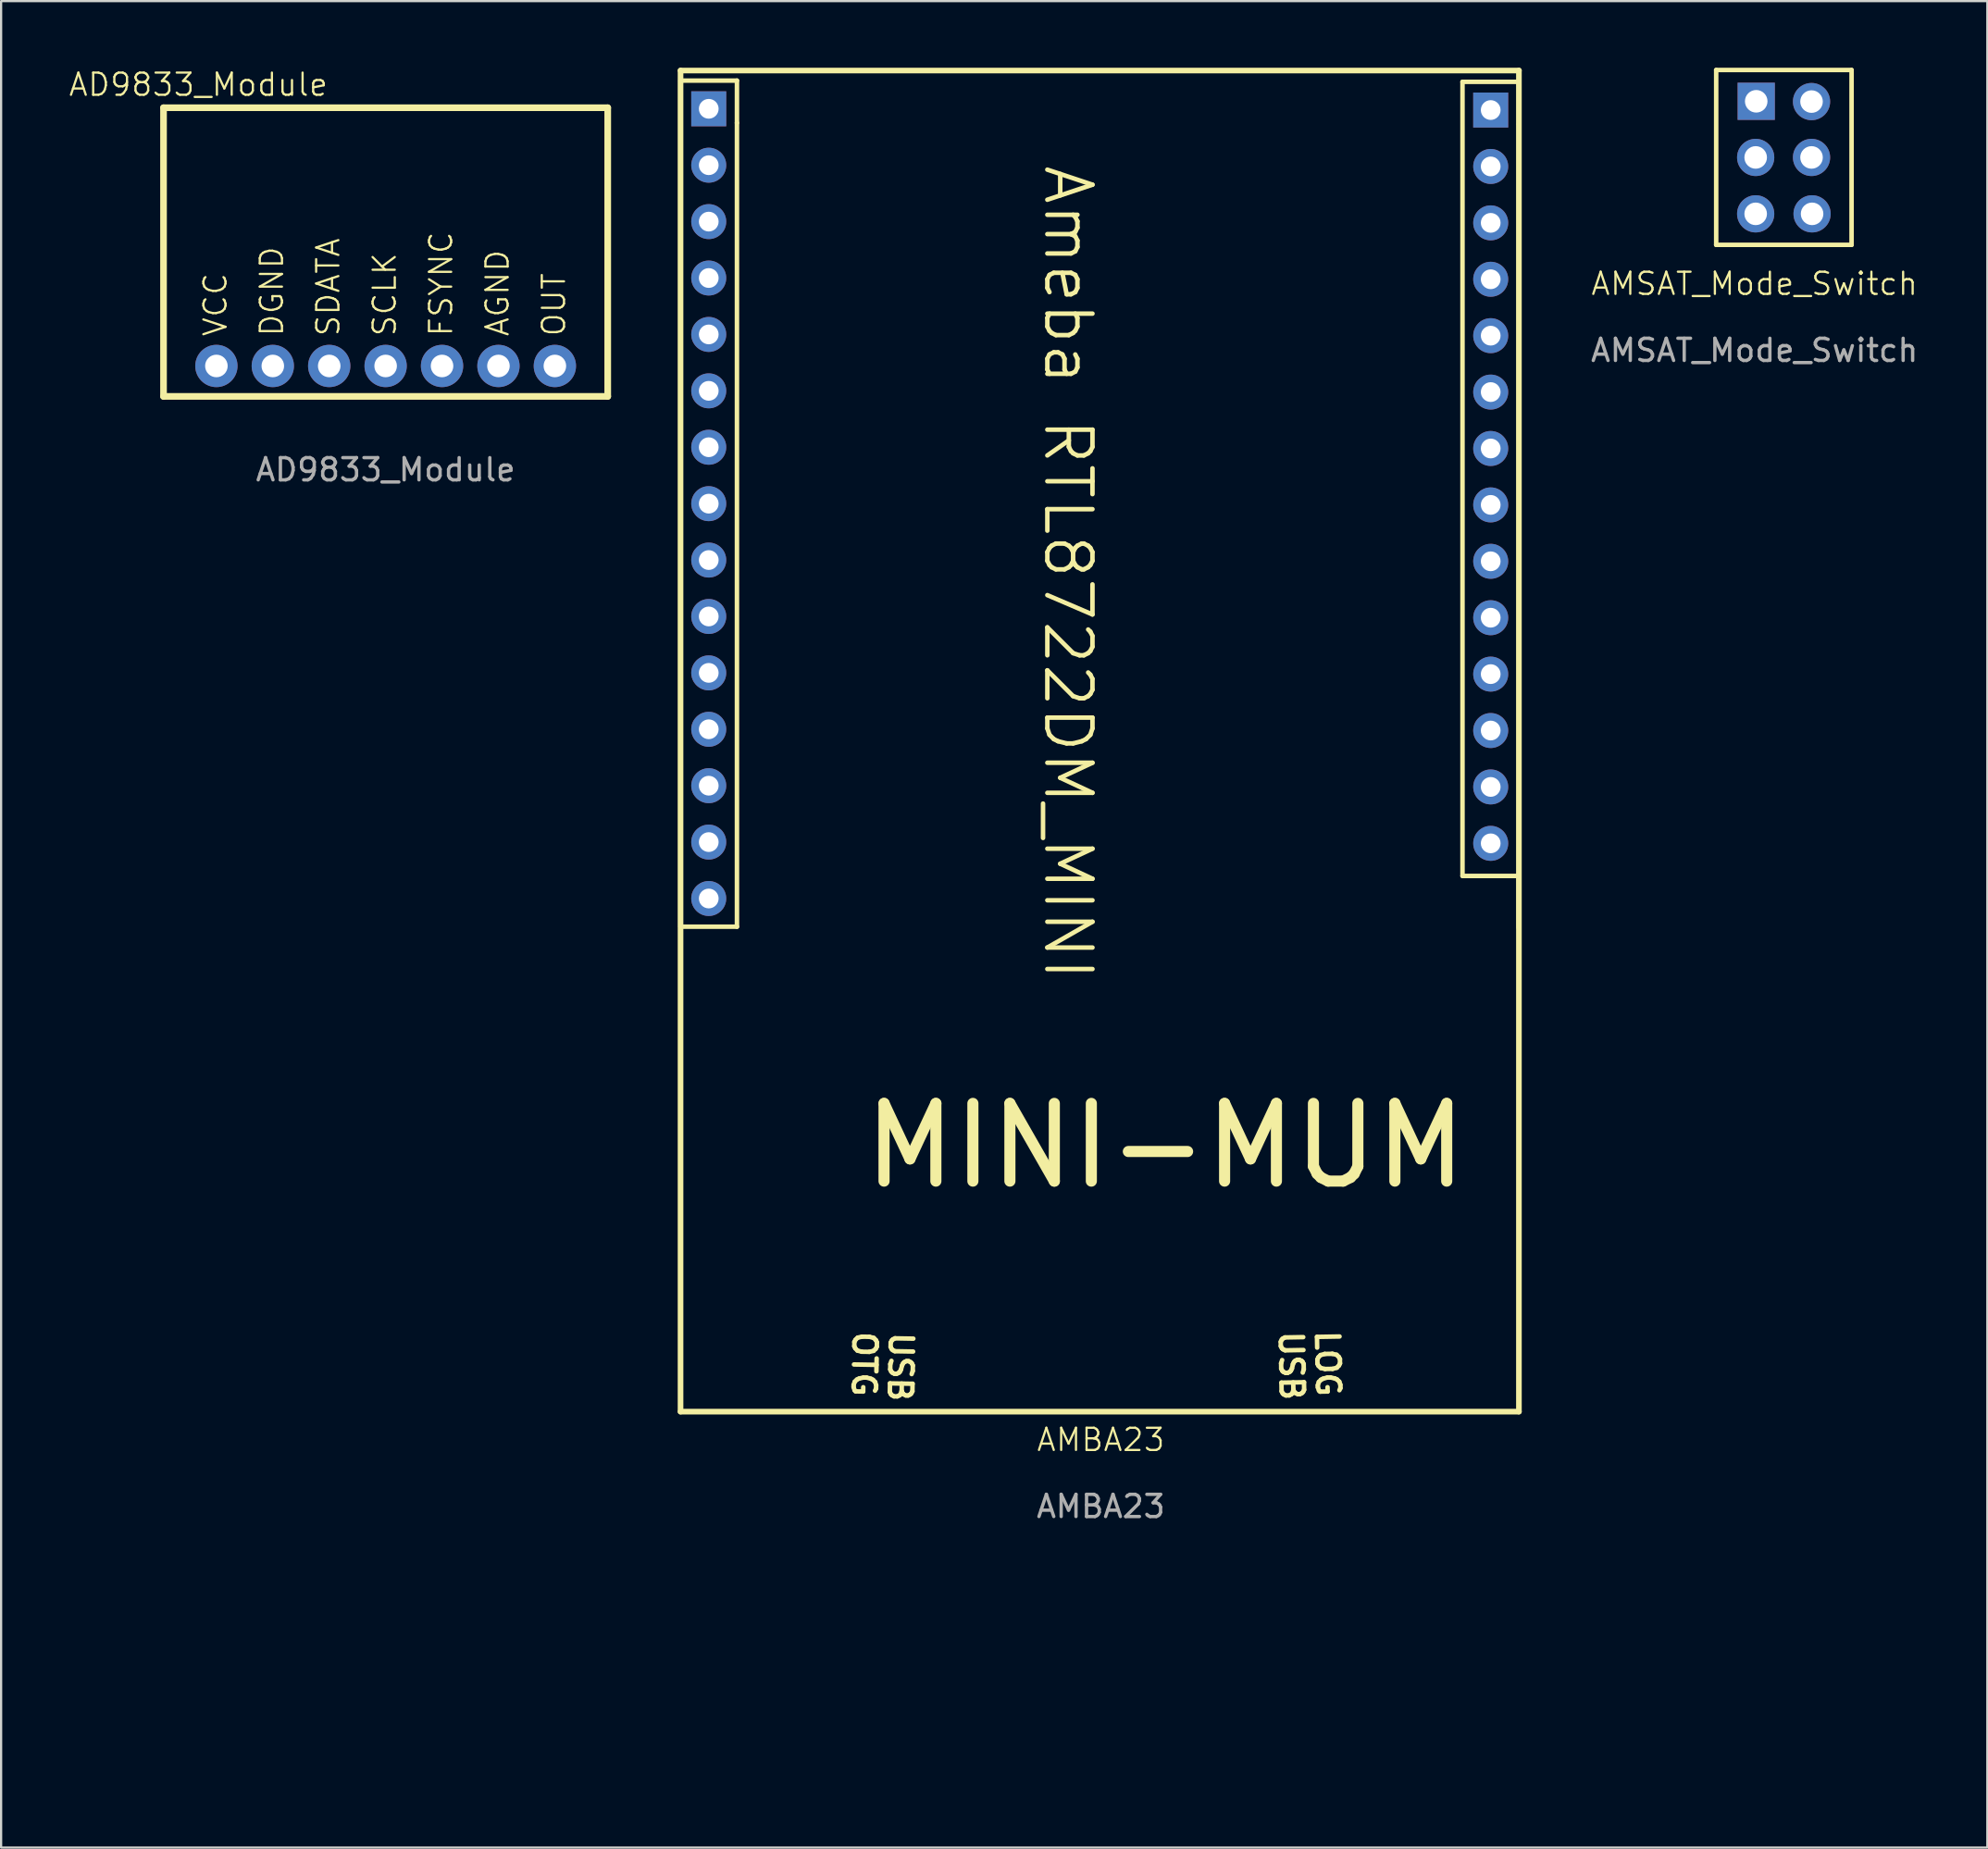
<source format=kicad_pcb>
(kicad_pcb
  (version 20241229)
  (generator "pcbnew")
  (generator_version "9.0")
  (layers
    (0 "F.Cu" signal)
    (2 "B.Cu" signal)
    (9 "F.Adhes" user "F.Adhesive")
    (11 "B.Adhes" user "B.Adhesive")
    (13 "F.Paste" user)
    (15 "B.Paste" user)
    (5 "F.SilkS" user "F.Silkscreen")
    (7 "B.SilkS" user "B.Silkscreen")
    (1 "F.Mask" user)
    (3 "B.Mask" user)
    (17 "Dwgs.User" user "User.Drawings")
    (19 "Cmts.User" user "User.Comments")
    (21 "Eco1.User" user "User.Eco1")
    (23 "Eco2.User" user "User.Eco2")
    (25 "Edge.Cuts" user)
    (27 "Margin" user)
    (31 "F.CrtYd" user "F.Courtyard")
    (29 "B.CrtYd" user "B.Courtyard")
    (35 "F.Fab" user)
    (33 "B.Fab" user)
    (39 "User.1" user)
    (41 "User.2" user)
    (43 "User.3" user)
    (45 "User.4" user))
  (footprint "AMBA23"
    (layer "F.Cu")
    (at 46.515 43.032)
    (property "Reference" "AMBA23" (at 0 18.75 0) (unlocked yes) (layer "F.SilkS") (effects (font (size 1 1) (thickness 0.1))))
    (attr through_hole)
    (fp_line (start -18.924 -42.905) (end 18.824 -42.905) (stroke (width 0.254) (type solid)) (layer "F.SilkS"))
    (fp_line (start -18.924 17.483) (end -18.924 -42.905) (stroke (width 0.254) (type solid)) (layer "F.SilkS"))
    (fp_line (start -18.924 17.483) (end 18.824 17.483) (stroke (width 0.254) (type solid)) (layer "F.SilkS"))
    (fp_line (start -18.924 -42.453) (end -16.384 -42.453) (stroke (width 0.203) (type solid)) (layer "F.SilkS"))
    (fp_line (start -18.924 -4.353) (end -18.924 -42.453) (stroke (width 0.203) (type solid)) (layer "F.SilkS"))
    (fp_line (start -18.924 -4.353) (end -16.384 -4.353) (stroke (width 0.203) (type solid)) (layer "F.SilkS"))
    (fp_line (start -16.384 -40.548) (end -16.384 -42.453) (stroke (width 0.203) (type solid)) (layer "F.SilkS"))
    (fp_line (start -16.384 -4.353) (end -16.384 -40.548) (stroke (width 0.203) (type solid)) (layer "F.SilkS"))
    (fp_line (start 16.284 -42.398) (end 18.824 -42.398) (stroke (width 0.203) (type solid)) (layer "F.SilkS"))
    (fp_line (start 16.284 -6.639) (end 16.284 -42.398) (stroke (width 0.203) (type solid)) (layer "F.SilkS"))
    (fp_line (start 16.284 -6.639) (end 18.824 -6.639) (stroke (width 0.203) (type solid)) (layer "F.SilkS"))
    (fp_line (start 18.824 17.483) (end 18.824 -42.905) (stroke (width 0.254) (type solid)) (layer "F.SilkS"))
    (fp_line (start 18.824 -4.297) (end 18.824 -40.492) (stroke (width 0.203) (type solid)) (layer "F.SilkS"))
    (fp_line (start 18.824 -40.493) (end 18.824 -42.398) (stroke (width 0.203) (type solid)) (layer "F.SilkS"))
    (fp_line (start 18.824 -4.298) (end 18.824 -6.639) (stroke (width 0.203) (type solid)) (layer "F.SilkS"))
    (fp_text user "LOG                      \nUSB" (at 7.955 13.772 271) (unlocked yes) (layer "F.SilkS") (effects (font (size 1.016 1.016) (thickness 0.203)) (justify left bottom)))
    (fp_text user "USB\nOTG" (at -11.222 13.772 269) (unlocked yes) (layer "F.SilkS") (effects (font (size 1.016 1.016) (thickness 0.203)) (justify left bottom)))
    (fp_text user "MINI-MUM" (at -10.923 7.557 0) (unlocked yes) (layer "F.SilkS") (effects (font (size 3.5 3.5) (thickness 0.5)) (justify left bottom)))
    (fp_text user "Ameba RTL8722DM_MINI" (at -2.668 -38.77 270) (unlocked yes) (layer "F.SilkS") (effects (font (size 2.032 2.032) (thickness 0.203)) (justify left bottom)))
    (fp_text user "${REFERENCE}" (at 0 21.75 0) (unlocked yes) (layer "F.Fab") (effects (font (size 1 1) (thickness 0.15))))
    (pad "1" thru_hole rect (at -17.654 -41.183 270) (size 1.575 1.575) (drill 0.889) (layers "*.Cu" "*.Mask"))
    (pad "1" thru_hole rect (at 17.554 -41.127 270) (size 1.575 1.575) (drill 0.889) (layers "*.Cu" "*.Mask"))
    (pad "2" thru_hole circle (at -17.654 -38.643 270) (size 1.575 1.575) (drill 0.889) (layers "*.Cu" "*.Mask"))
    (pad "2" thru_hole circle (at 17.554 -38.587 270) (size 1.575 1.575) (drill 0.889) (layers "*.Cu" "*.Mask"))
    (pad "3" thru_hole circle (at -17.654 -36.103 270) (size 1.575 1.575) (drill 0.889) (layers "*.Cu" "*.Mask"))
    (pad "3" thru_hole circle (at 17.554 -36.047 270) (size 1.575 1.575) (drill 0.889) (layers "*.Cu" "*.Mask"))
    (pad "4" thru_hole circle (at -17.654 -33.563 270) (size 1.575 1.575) (drill 0.889) (layers "*.Cu" "*.Mask"))
    (pad "4" thru_hole circle (at 17.554 -33.507 270) (size 1.575 1.575) (drill 0.889) (layers "*.Cu" "*.Mask"))
    (pad "5" thru_hole circle (at -17.654 -31.023 270) (size 1.575 1.575) (drill 0.889) (layers "*.Cu" "*.Mask"))
    (pad "5" thru_hole circle (at 17.554 -30.967 270) (size 1.575 1.575) (drill 0.889) (layers "*.Cu" "*.Mask"))
    (pad "6" thru_hole circle (at -17.654 -28.483 270) (size 1.575 1.575) (drill 0.889) (layers "*.Cu" "*.Mask"))
    (pad "6" thru_hole circle (at 17.554 -28.427 270) (size 1.575 1.575) (drill 0.889) (layers "*.Cu" "*.Mask"))
    (pad "7" thru_hole circle (at -17.654 -25.943 270) (size 1.575 1.575) (drill 0.889) (layers "*.Cu" "*.Mask"))
    (pad "7" thru_hole circle (at 17.554 -25.887 270) (size 1.575 1.575) (drill 0.889) (layers "*.Cu" "*.Mask"))
    (pad "8" thru_hole circle (at -17.654 -23.403 270) (size 1.575 1.575) (drill 0.889) (layers "*.Cu" "*.Mask"))
    (pad "8" thru_hole circle (at 17.554 -23.347 270) (size 1.575 1.575) (drill 0.889) (layers "*.Cu" "*.Mask"))
    (pad "9" thru_hole circle (at -17.654 -20.863 270) (size 1.575 1.575) (drill 0.889) (layers "*.Cu" "*.Mask"))
    (pad "9" thru_hole circle (at 17.554 -20.807 270) (size 1.575 1.575) (drill 0.889) (layers "*.Cu" "*.Mask"))
    (pad "10" thru_hole circle (at -17.654 -18.323 270) (size 1.575 1.575) (drill 0.889) (layers "*.Cu" "*.Mask"))
    (pad "10" thru_hole circle (at 17.554 -18.267 270) (size 1.575 1.575) (drill 0.889) (layers "*.Cu" "*.Mask"))
    (pad "11" thru_hole circle (at -17.654 -15.783 270) (size 1.575 1.575) (drill 0.889) (layers "*.Cu" "*.Mask"))
    (pad "11" thru_hole circle (at 17.554 -15.727 270) (size 1.575 1.575) (drill 0.889) (layers "*.Cu" "*.Mask"))
    (pad "12" thru_hole circle (at -17.654 -13.243 270) (size 1.575 1.575) (drill 0.889) (layers "*.Cu" "*.Mask"))
    (pad "12" thru_hole circle (at 17.554 -13.187 270) (size 1.575 1.575) (drill 0.889) (layers "*.Cu" "*.Mask"))
    (pad "13" thru_hole circle (at -17.654 -10.703 270) (size 1.575 1.575) (drill 0.889) (layers "*.Cu" "*.Mask"))
    (pad "13" thru_hole circle (at 17.554 -10.647 270) (size 1.575 1.575) (drill 0.889) (layers "*.Cu" "*.Mask"))
    (pad "14" thru_hole circle (at -17.654 -8.163 270) (size 1.575 1.575) (drill 0.889) (layers "*.Cu" "*.Mask"))
    (pad "14" thru_hole circle (at 17.554 -8.107 270) (size 1.575 1.575) (drill 0.889) (layers "*.Cu" "*.Mask"))
    (pad "15" thru_hole circle (at -17.654 -5.623 270) (size 1.575 1.575) (drill 0.889) (layers "*.Cu" "*.Mask")))
  (footprint "AMSAT_Mode_Switch"
    (layer "F.Cu")
    (at 75.999 1.448)
    (property "Reference" "AMSAT_Mode_Switch" (at -0.051 8.278 0) (unlocked yes) (layer "F.SilkS") (effects (font (size 1 1) (thickness 0.1))))
    (attr through_hole)
    (fp_line (start -1.778 -1.346) (end 4.318 -1.346) (stroke (width 0.203) (type solid)) (layer "F.SilkS"))
    (fp_line (start -1.778 6.528) (end -1.778 -1.346) (stroke (width 0.203) (type solid)) (layer "F.SilkS"))
    (fp_line (start 4.318 -1.346) (end 4.318 6.528) (stroke (width 0.203) (type solid)) (layer "F.SilkS"))
    (fp_line (start 4.318 6.528) (end -1.778 6.528) (stroke (width 0.203) (type solid)) (layer "F.SilkS"))
    (fp_text user "${REFERENCE}" (at -0.051 11.278 0) (unlocked yes) (layer "F.Fab") (effects (font (size 1 1) (thickness 0.15))))
    (pad "1" thru_hole rect (at 0.025 0.063 270) (size 1.676 1.676) (drill 1.016) (layers "*.Cu" "*.Mask"))
    (pad "2" thru_hole circle (at 0 2.591 270) (size 1.676 1.676) (drill 1.016) (layers "*.Cu" "*.Mask"))
    (pad "3" thru_hole circle (at 0 5.131 270) (size 1.676 1.676) (drill 1.016) (layers "*.Cu" "*.Mask"))
    (pad "4" thru_hole circle (at 2.515 0.076 270) (size 1.676 1.676) (drill 1.016) (layers "*.Cu" "*.Mask"))
    (pad "5" thru_hole circle (at 2.515 2.591 270) (size 1.676 1.676) (drill 1.016) (layers "*.Cu" "*.Mask"))
    (pad "6" thru_hole circle (at 2.54 5.131 270) (size 1.676 1.676) (drill 1.016) (layers "*.Cu" "*.Mask")))
  (footprint "AD9833_Module"
    (layer "F.Cu")
    (at 14.313 8.501)
    (property "Reference" "AD9833_Module" (at -8.43 -7.74 0) (unlocked yes) (layer "F.SilkS") (effects (font (size 1 1) (thickness 0.1))))
    (attr through_hole)
    (fp_line (start -10 -6.7) (end -10 6.299) (stroke (width 0.3) (type solid)) (layer "F.SilkS"))
    (fp_line (start -10 6.299) (end 10 6.299) (stroke (width 0.3) (type solid)) (layer "F.SilkS"))
    (fp_line (start 10 -6.7) (end -10 -6.7) (stroke (width 0.3) (type solid)) (layer "F.SilkS"))
    (fp_line (start 10 6.299) (end 10 -6.7) (stroke (width 0.3) (type solid)) (layer "F.SilkS"))
    (fp_text user "OUT" (at 8.159 3.66 90) (unlocked yes) (layer "F.SilkS") (effects (font (size 1 1) (thickness 0.1)) (justify left bottom)))
    (fp_text user "SCLK" (at 0.539 3.66 90) (unlocked yes) (layer "F.SilkS") (effects (font (size 1 1) (thickness 0.1)) (justify left bottom)))
    (fp_text user "VCC" (at -7.08 3.66 90) (unlocked yes) (layer "F.SilkS") (effects (font (size 1 1) (thickness 0.1)) (justify left bottom)))
    (fp_text user "FSYNC" (at 3.079 3.66 90) (unlocked yes) (layer "F.SilkS") (effects (font (size 1 1) (thickness 0.1)) (justify left bottom)))
    (fp_text user "DGND" (at -4.54 3.66 90) (unlocked yes) (layer "F.SilkS") (effects (font (size 1 1) (thickness 0.1)) (justify left bottom)))
    (fp_text user "SDATA" (at -2.001 3.66 90) (unlocked yes) (layer "F.SilkS") (effects (font (size 1 1) (thickness 0.1)) (justify left bottom)))
    (fp_text user "AGND" (at 5.62 3.66 90) (unlocked yes) (layer "F.SilkS") (effects (font (size 1 1) (thickness 0.1)) (justify left bottom)))
    (fp_text user "${REFERENCE}" (at 0 9.601 0) (unlocked yes) (layer "F.Fab") (effects (font (size 1 1) (thickness 0.15))))
    (pad "1" thru_hole circle (at -7.62 4.928) (size 1.905 1.905) (drill 1.016) (layers "*.Cu" "*.Mask"))
    (pad "2" thru_hole circle (at -5.08 4.928) (size 1.905 1.905) (drill 1.016) (layers "*.Cu" "*.Mask"))
    (pad "3" thru_hole circle (at -2.54 4.928) (size 1.905 1.905) (drill 1.016) (layers "*.Cu" "*.Mask"))
    (pad "4" thru_hole circle (at 0 4.928) (size 1.905 1.905) (drill 1.016) (layers "*.Cu" "*.Mask"))
    (pad "5" thru_hole circle (at 2.54 4.928) (size 1.905 1.905) (drill 1.016) (layers "*.Cu" "*.Mask"))
    (pad "6" thru_hole circle (at 5.08 4.928) (size 1.905 1.905) (drill 1.016) (layers "*.Cu" "*.Mask"))
    (pad "7" thru_hole circle (at 7.62 4.928) (size 1.905 1.905) (drill 1.016) (layers "*.Cu" "*.Mask")))
  (gr_rect
    (start -3 -3)
    (end 86.43 80.145)
    (stroke (width 0.1) (type default))
    (fill no)
    (layer "Edge.Cuts")))
</source>
